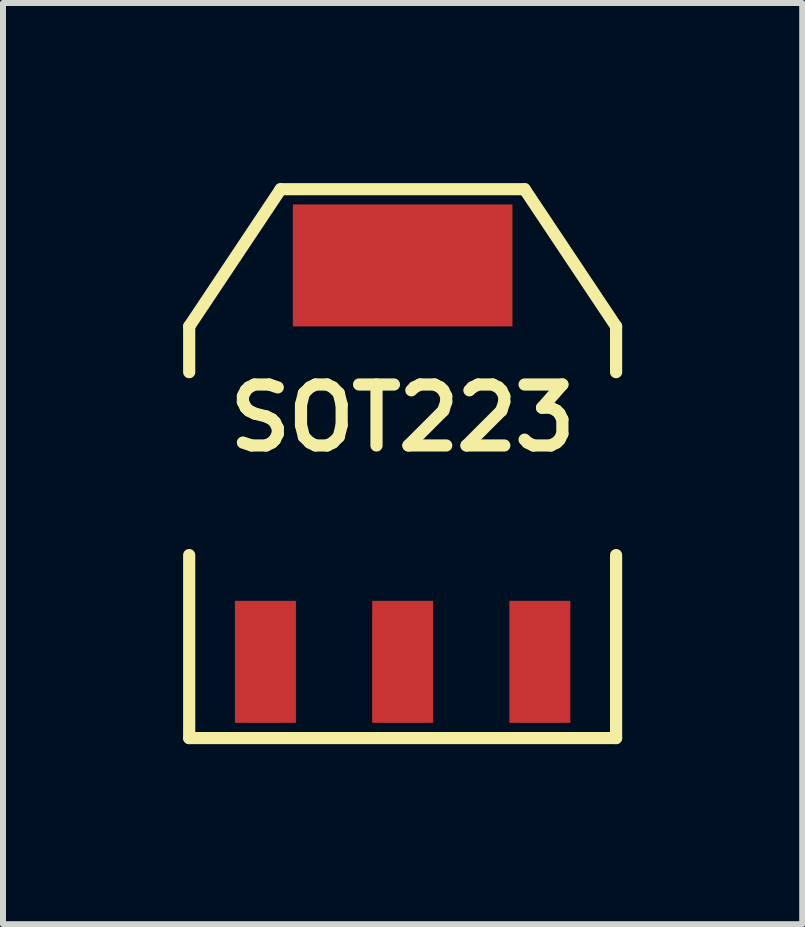
<source format=kicad_pcb>
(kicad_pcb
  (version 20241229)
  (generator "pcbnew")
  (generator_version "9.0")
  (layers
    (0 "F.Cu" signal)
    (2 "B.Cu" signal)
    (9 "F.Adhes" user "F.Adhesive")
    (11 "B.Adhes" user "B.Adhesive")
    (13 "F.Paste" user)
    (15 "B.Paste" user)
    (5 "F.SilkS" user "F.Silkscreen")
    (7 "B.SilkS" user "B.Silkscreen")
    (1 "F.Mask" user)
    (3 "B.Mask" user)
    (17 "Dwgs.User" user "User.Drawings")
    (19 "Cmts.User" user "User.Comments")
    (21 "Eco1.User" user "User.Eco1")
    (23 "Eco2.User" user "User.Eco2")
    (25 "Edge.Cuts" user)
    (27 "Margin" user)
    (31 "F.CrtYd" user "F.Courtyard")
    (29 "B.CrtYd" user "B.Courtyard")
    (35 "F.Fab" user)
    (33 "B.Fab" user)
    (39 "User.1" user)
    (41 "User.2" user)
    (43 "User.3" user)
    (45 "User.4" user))
  (footprint "SOT223"
    (layer "F.Cu")
    (at 3.658 4.674)
    (property "Reference" "SOT223" (at 0 -0.762 0) (layer "F.SilkS") (effects (font (size 1.016 1.016) (thickness 0.203))))
    (attr smd)
    (fp_line (start -3.556 -2.286) (end -2.032 -4.572) (stroke (width 0.203) (type solid)) (layer "F.SilkS"))
    (fp_line (start -3.556 -1.524) (end -3.556 -2.286) (stroke (width 0.203) (type solid)) (layer "F.SilkS"))
    (fp_line (start -3.556 1.524) (end -3.556 4.572) (stroke (width 0.203) (type solid)) (layer "F.SilkS"))
    (fp_line (start -3.556 4.572) (end 3.556 4.572) (stroke (width 0.203) (type solid)) (layer "F.SilkS"))
    (fp_line (start -2.032 -4.572) (end 2.032 -4.572) (stroke (width 0.203) (type solid)) (layer "F.SilkS"))
    (fp_line (start 2.032 -4.572) (end 3.556 -2.286) (stroke (width 0.203) (type solid)) (layer "F.SilkS"))
    (fp_line (start 3.556 -2.286) (end 3.556 -1.524) (stroke (width 0.203) (type solid)) (layer "F.SilkS"))
    (fp_line (start 3.556 4.572) (end 3.556 1.524) (stroke (width 0.203) (type solid)) (layer "F.SilkS"))
    (pad "1" smd rect (at -2.286 3.302) (size 1.016 2.032) (layers "F.Cu" "F.Mask" "F.Paste"))
    (pad "2" smd rect (at 0 3.302) (size 1.016 2.032) (layers "F.Cu" "F.Mask" "F.Paste"))
    (pad "3" smd rect (at 2.286 3.302) (size 1.016 2.032) (layers "F.Cu" "F.Mask" "F.Paste"))
    (pad "4" smd rect (at 0 -3.302) (size 3.658 2.032) (layers "F.Cu" "F.Mask" "F.Paste")))
  (gr_rect
    (start -3 -3)
    (end 10.315 12.347)
    (stroke (width 0.1) (type default))
    (fill no)
    (layer "Edge.Cuts")))
</source>
